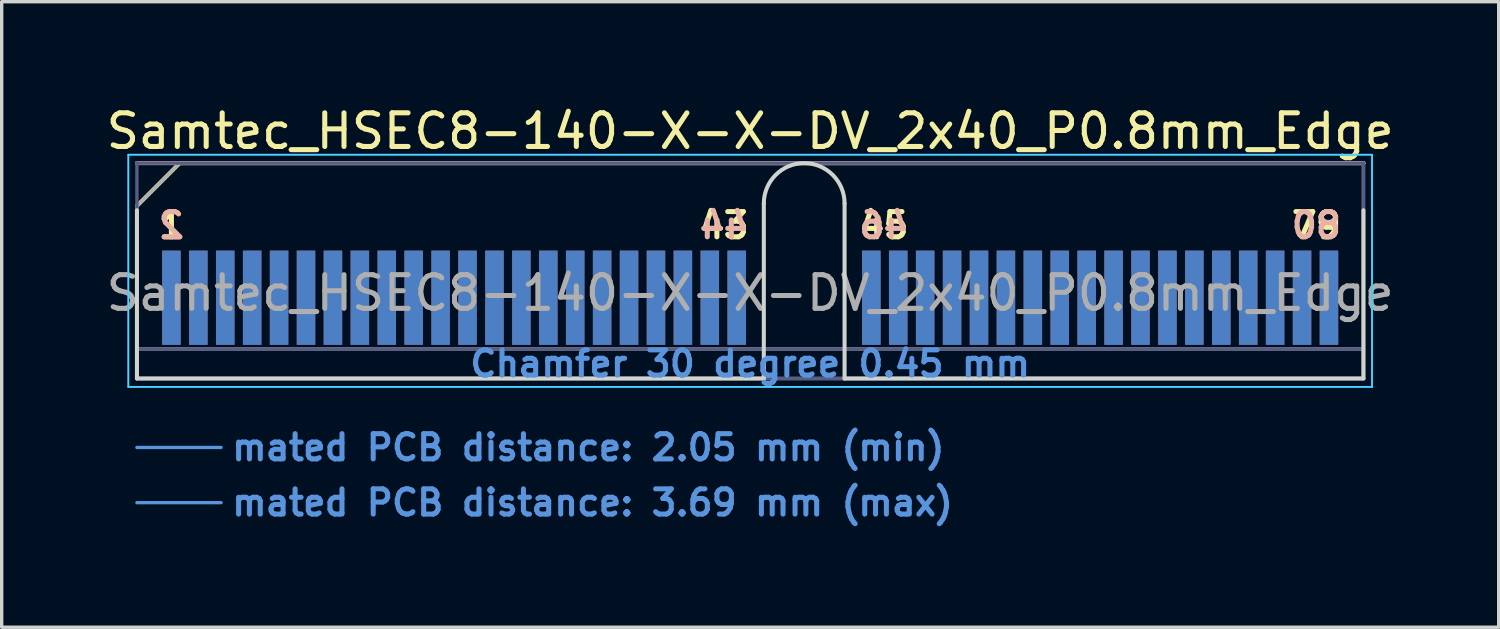
<source format=kicad_pcb>
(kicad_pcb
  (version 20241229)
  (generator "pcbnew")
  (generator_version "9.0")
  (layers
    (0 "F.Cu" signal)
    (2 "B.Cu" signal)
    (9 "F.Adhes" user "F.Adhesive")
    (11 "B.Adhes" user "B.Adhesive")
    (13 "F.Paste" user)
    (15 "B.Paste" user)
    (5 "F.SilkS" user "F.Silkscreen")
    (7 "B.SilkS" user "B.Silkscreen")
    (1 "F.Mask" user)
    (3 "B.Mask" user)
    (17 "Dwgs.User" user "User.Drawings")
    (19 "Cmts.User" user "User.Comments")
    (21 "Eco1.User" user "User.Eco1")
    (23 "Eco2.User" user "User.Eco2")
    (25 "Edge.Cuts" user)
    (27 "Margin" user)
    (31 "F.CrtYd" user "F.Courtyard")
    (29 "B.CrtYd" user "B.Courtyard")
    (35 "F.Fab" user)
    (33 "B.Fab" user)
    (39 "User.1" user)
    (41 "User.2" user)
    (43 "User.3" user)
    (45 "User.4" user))
  (footprint "Samtec_HSEC8-140-X-X-DV_2x40_P0.8mm_Edge"
    (layer "F.Cu")
    (at 19.244 8.198)
    (property "Reference" "Samtec_HSEC8-140-X-X-DV_2x40_P0.8mm_Edge" (at 0 -7.35 0) (layer "F.SilkS") (effects (font (size 1 1) (thickness 0.15))))
    (attr exclude_from_pos_files exclude_from_bom)
    (fp_line (start -18.225 -5.13) (end -16.955 -6.4) (stroke (width 0.12) (type solid)) (layer "F.SilkS"))
    (fp_line (start -16.955 -6.4) (end 18.225 -6.4) (stroke (width 0.12) (type solid)) (layer "F.SilkS"))
    (fp_line (start -18.225 -6.4) (end -18.225 -6.4) (stroke (width 0.12) (type solid)) (layer "B.SilkS"))
    (fp_line (start -18.225 -6.4) (end 18.225 -6.4) (stroke (width 0.12) (type solid)) (layer "B.SilkS"))
    (fp_line (start -18.225 2.05) (end -15.725 2.05) (stroke (width 0.1) (type solid)) (layer "Cmts.User"))
    (fp_line (start -18.225 3.69) (end -15.725 3.69) (stroke (width 0.1) (type solid)) (layer "Cmts.User"))
    (fp_line (start -18.225 -5) (end -18.225 0) (stroke (width 0.12) (type solid)) (layer "Edge.Cuts"))
    (fp_line (start -18.225 0) (end 0.405 0) (stroke (width 0.12) (type solid)) (layer "Edge.Cuts"))
    (fp_line (start 0.405 0) (end 0.405 -5.2) (stroke (width 0.12) (type solid)) (layer "Edge.Cuts"))
    (fp_line (start 2.805 -5.2) (end 2.805 0) (stroke (width 0.12) (type solid)) (layer "Edge.Cuts"))
    (fp_line (start 2.805 0) (end 18.225 0) (stroke (width 0.12) (type solid)) (layer "Edge.Cuts"))
    (fp_line (start 18.225 0) (end 18.225 -5) (stroke (width 0.12) (type solid)) (layer "Edge.Cuts"))
    (fp_arc (start 0.405 -5.2) (mid 1.605 -6.4) (end 2.805 -5.2) (stroke (width 0.12) (type solid)) (layer "Edge.Cuts"))
    (fp_line (start -18.48 -6.65) (end -18.48 0.25) (stroke (width 0.05) (type solid)) (layer "B.CrtYd"))
    (fp_line (start -18.48 0.25) (end 18.48 0.25) (stroke (width 0.05) (type solid)) (layer "B.CrtYd"))
    (fp_line (start 18.48 -6.65) (end -18.48 -6.65) (stroke (width 0.05) (type solid)) (layer "B.CrtYd"))
    (fp_line (start 18.48 0.25) (end 18.48 -6.65) (stroke (width 0.05) (type solid)) (layer "B.CrtYd"))
    (fp_line (start -18.48 -6.65) (end -18.48 0.25) (stroke (width 0.05) (type solid)) (layer "F.CrtYd"))
    (fp_line (start -18.48 0.25) (end 18.48 0.25) (stroke (width 0.05) (type solid)) (layer "F.CrtYd"))
    (fp_line (start 18.48 -6.65) (end -18.48 -6.65) (stroke (width 0.05) (type solid)) (layer "F.CrtYd"))
    (fp_line (start 18.48 0.25) (end 18.48 -6.65) (stroke (width 0.05) (type solid)) (layer "F.CrtYd"))
    (fp_line (start -18.225 -6.4) (end -18.225 -6.4) (stroke (width 0.1) (type solid)) (layer "B.Fab"))
    (fp_line (start -18.225 -6.4) (end -18.225 0) (stroke (width 0.1) (type solid)) (layer "B.Fab"))
    (fp_line (start -18.225 -6.4) (end 18.225 -6.4) (stroke (width 0.1) (type solid)) (layer "B.Fab"))
    (fp_line (start -18.225 -0.88) (end 18.225 -0.88) (stroke (width 0.1) (type solid)) (layer "B.Fab"))
    (fp_line (start -18.225 0) (end 18.225 0) (stroke (width 0.1) (type solid)) (layer "B.Fab"))
    (fp_line (start 18.225 -6.4) (end 18.225 0) (stroke (width 0.1) (type solid)) (layer "B.Fab"))
    (fp_line (start -18.225 -5.13) (end -18.225 0) (stroke (width 0.1) (type solid)) (layer "F.Fab"))
    (fp_line (start -18.225 -5.13) (end -16.955 -6.4) (stroke (width 0.1) (type solid)) (layer "F.Fab"))
    (fp_line (start -18.225 -0.88) (end 18.225 -0.88) (stroke (width 0.1) (type solid)) (layer "F.Fab"))
    (fp_line (start -18.225 0) (end 18.225 0) (stroke (width 0.1) (type solid)) (layer "F.Fab"))
    (fp_line (start -16.955 -6.4) (end 18.225 -6.4) (stroke (width 0.1) (type solid)) (layer "F.Fab"))
    (fp_line (start 18.225 -6.4) (end 18.225 0) (stroke (width 0.1) (type solid)) (layer "F.Fab"))
    (fp_text user "43" (at -0.775 -4.55 0) (layer "F.SilkS") (effects (font (size 0.75 0.75) (thickness 0.15))))
    (fp_text user "79" (at 16.825 -4.55 0) (layer "F.SilkS") (effects (font (size 0.75 0.75) (thickness 0.15))))
    (fp_text user "45" (at 3.975 -4.55 0) (layer "F.SilkS") (effects (font (size 0.75 0.75) (thickness 0.15))))
    (fp_text user "1" (at -17.2 -4.55 0) (layer "F.SilkS") (effects (font (size 0.75 0.75) (thickness 0.15))))
    (fp_text user "44" (at -0.775 -4.55 0) (layer "B.SilkS") (effects (font (size 0.75 0.75) (thickness 0.15)) (justify mirror)))
    (fp_text user "46" (at 3.975 -4.55 0) (layer "B.SilkS") (effects (font (size 0.75 0.75) (thickness 0.15)) (justify mirror)))
    (fp_text user "80" (at 16.825 -4.55 0) (layer "B.SilkS") (effects (font (size 0.75 0.75) (thickness 0.15)) (justify mirror)))
    (fp_text user "2" (at -17.2 -4.55 0) (layer "B.SilkS") (effects (font (size 0.75 0.75) (thickness 0.15)) (justify mirror)))
    (fp_text user "Chamfer 30 degree 0.45 mm" (at 0 -0.44 0) (layer "Cmts.User") (effects (font (size 0.75 0.75) (thickness 0.15))))
    (fp_text user "mated PCB distance: 3.69 mm (max)" (at -15.48 3.69 0) (layer "Cmts.User") (effects (font (size 0.75 0.75) (thickness 0.15)) (justify left)))
    (fp_text user "mated PCB distance: 2.05 mm (min)" (at -15.48 2.05 0) (layer "Cmts.User") (effects (font (size 0.75 0.75) (thickness 0.15)) (justify left)))
    (fp_text user "${REFERENCE}" (at 0 -2.54 0) (layer "F.Fab") (effects (font (size 1 1) (thickness 0.15))))
    (pad "1" connect rect (at -17.2 -2.4) (size 0.55 2.8) (layers "F.Cu" "F.Mask"))
    (pad "2" connect rect (at -17.2 -2.4) (size 0.55 2.8) (layers "B.Cu" "B.Mask"))
    (pad "3" connect rect (at -16.4 -2.4) (size 0.55 2.8) (layers "F.Cu" "F.Mask"))
    (pad "4" connect rect (at -16.4 -2.4) (size 0.55 2.8) (layers "B.Cu" "B.Mask"))
    (pad "5" connect rect (at -15.6 -2.4) (size 0.55 2.8) (layers "F.Cu" "F.Mask"))
    (pad "6" connect rect (at -15.6 -2.4) (size 0.55 2.8) (layers "B.Cu" "B.Mask"))
    (pad "7" connect rect (at -14.8 -2.4) (size 0.55 2.8) (layers "F.Cu" "F.Mask"))
    (pad "8" connect rect (at -14.8 -2.4) (size 0.55 2.8) (layers "B.Cu" "B.Mask"))
    (pad "9" connect rect (at -14 -2.4) (size 0.55 2.8) (layers "F.Cu" "F.Mask"))
    (pad "10" connect rect (at -14 -2.4) (size 0.55 2.8) (layers "B.Cu" "B.Mask"))
    (pad "11" connect rect (at -13.2 -2.4) (size 0.55 2.8) (layers "F.Cu" "F.Mask"))
    (pad "12" connect rect (at -13.2 -2.4) (size 0.55 2.8) (layers "B.Cu" "B.Mask"))
    (pad "13" connect rect (at -12.4 -2.4) (size 0.55 2.8) (layers "F.Cu" "F.Mask"))
    (pad "14" connect rect (at -12.4 -2.4) (size 0.55 2.8) (layers "B.Cu" "B.Mask"))
    (pad "15" connect rect (at -11.6 -2.4) (size 0.55 2.8) (layers "F.Cu" "F.Mask"))
    (pad "16" connect rect (at -11.6 -2.4) (size 0.55 2.8) (layers "B.Cu" "B.Mask"))
    (pad "17" connect rect (at -10.8 -2.4) (size 0.55 2.8) (layers "F.Cu" "F.Mask"))
    (pad "18" connect rect (at -10.8 -2.4) (size 0.55 2.8) (layers "B.Cu" "B.Mask"))
    (pad "19" connect rect (at -10 -2.4) (size 0.55 2.8) (layers "F.Cu" "F.Mask"))
    (pad "20" connect rect (at -10 -2.4) (size 0.55 2.8) (layers "B.Cu" "B.Mask"))
    (pad "21" connect rect (at -9.2 -2.4) (size 0.55 2.8) (layers "F.Cu" "F.Mask"))
    (pad "22" connect rect (at -9.2 -2.4) (size 0.55 2.8) (layers "B.Cu" "B.Mask"))
    (pad "23" connect rect (at -8.4 -2.4) (size 0.55 2.8) (layers "F.Cu" "F.Mask"))
    (pad "24" connect rect (at -8.4 -2.4) (size 0.55 2.8) (layers "B.Cu" "B.Mask"))
    (pad "25" connect rect (at -7.6 -2.4) (size 0.55 2.8) (layers "F.Cu" "F.Mask"))
    (pad "26" connect rect (at -7.6 -2.4) (size 0.55 2.8) (layers "B.Cu" "B.Mask"))
    (pad "27" connect rect (at -6.8 -2.4) (size 0.55 2.8) (layers "F.Cu" "F.Mask"))
    (pad "28" connect rect (at -6.8 -2.4) (size 0.55 2.8) (layers "B.Cu" "B.Mask"))
    (pad "29" connect rect (at -6 -2.4) (size 0.55 2.8) (layers "F.Cu" "F.Mask"))
    (pad "30" connect rect (at -6 -2.4) (size 0.55 2.8) (layers "B.Cu" "B.Mask"))
    (pad "31" connect rect (at -5.2 -2.4) (size 0.55 2.8) (layers "F.Cu" "F.Mask"))
    (pad "32" connect rect (at -5.2 -2.4) (size 0.55 2.8) (layers "B.Cu" "B.Mask"))
    (pad "33" connect rect (at -4.4 -2.4) (size 0.55 2.8) (layers "F.Cu" "F.Mask"))
    (pad "34" connect rect (at -4.4 -2.4) (size 0.55 2.8) (layers "B.Cu" "B.Mask"))
    (pad "35" connect rect (at -3.6 -2.4) (size 0.55 2.8) (layers "F.Cu" "F.Mask"))
    (pad "36" connect rect (at -3.6 -2.4) (size 0.55 2.8) (layers "B.Cu" "B.Mask"))
    (pad "37" connect rect (at -2.8 -2.4) (size 0.55 2.8) (layers "F.Cu" "F.Mask"))
    (pad "38" connect rect (at -2.8 -2.4) (size 0.55 2.8) (layers "B.Cu" "B.Mask"))
    (pad "39" connect rect (at -2 -2.4) (size 0.55 2.8) (layers "F.Cu" "F.Mask"))
    (pad "40" connect rect (at -2 -2.4) (size 0.55 2.8) (layers "B.Cu" "B.Mask"))
    (pad "41" connect rect (at -1.2 -2.4) (size 0.55 2.8) (layers "F.Cu" "F.Mask"))
    (pad "42" connect rect (at -1.2 -2.4) (size 0.55 2.8) (layers "B.Cu" "B.Mask"))
    (pad "43" connect rect (at -0.4 -2.4) (size 0.55 2.8) (layers "F.Cu" "F.Mask"))
    (pad "44" connect rect (at -0.4 -2.4) (size 0.55 2.8) (layers "B.Cu" "B.Mask"))
    (pad "45" connect rect (at 3.6 -2.4) (size 0.55 2.8) (layers "F.Cu" "F.Mask"))
    (pad "46" connect rect (at 3.6 -2.4) (size 0.55 2.8) (layers "B.Cu" "B.Mask"))
    (pad "47" connect rect (at 4.4 -2.4) (size 0.55 2.8) (layers "F.Cu" "F.Mask"))
    (pad "48" connect rect (at 4.4 -2.4) (size 0.55 2.8) (layers "B.Cu" "B.Mask"))
    (pad "49" connect rect (at 5.2 -2.4) (size 0.55 2.8) (layers "F.Cu" "F.Mask"))
    (pad "50" connect rect (at 5.2 -2.4) (size 0.55 2.8) (layers "B.Cu" "B.Mask"))
    (pad "51" connect rect (at 6 -2.4) (size 0.55 2.8) (layers "F.Cu" "F.Mask"))
    (pad "52" connect rect (at 6 -2.4) (size 0.55 2.8) (layers "B.Cu" "B.Mask"))
    (pad "53" connect rect (at 6.8 -2.4) (size 0.55 2.8) (layers "F.Cu" "F.Mask"))
    (pad "54" connect rect (at 6.8 -2.4) (size 0.55 2.8) (layers "B.Cu" "B.Mask"))
    (pad "55" connect rect (at 7.6 -2.4) (size 0.55 2.8) (layers "F.Cu" "F.Mask"))
    (pad "56" connect rect (at 7.6 -2.4) (size 0.55 2.8) (layers "B.Cu" "B.Mask"))
    (pad "57" connect rect (at 8.4 -2.4) (size 0.55 2.8) (layers "F.Cu" "F.Mask"))
    (pad "58" connect rect (at 8.4 -2.4) (size 0.55 2.8) (layers "B.Cu" "B.Mask"))
    (pad "59" connect rect (at 9.2 -2.4) (size 0.55 2.8) (layers "F.Cu" "F.Mask"))
    (pad "60" connect rect (at 9.2 -2.4) (size 0.55 2.8) (layers "B.Cu" "B.Mask"))
    (pad "61" connect rect (at 10 -2.4) (size 0.55 2.8) (layers "F.Cu" "F.Mask"))
    (pad "62" connect rect (at 10 -2.4) (size 0.55 2.8) (layers "B.Cu" "B.Mask"))
    (pad "63" connect rect (at 10.8 -2.4) (size 0.55 2.8) (layers "F.Cu" "F.Mask"))
    (pad "64" connect rect (at 10.8 -2.4) (size 0.55 2.8) (layers "B.Cu" "B.Mask"))
    (pad "65" connect rect (at 11.6 -2.4) (size 0.55 2.8) (layers "F.Cu" "F.Mask"))
    (pad "66" connect rect (at 11.6 -2.4) (size 0.55 2.8) (layers "B.Cu" "B.Mask"))
    (pad "67" connect rect (at 12.4 -2.4) (size 0.55 2.8) (layers "F.Cu" "F.Mask"))
    (pad "68" connect rect (at 12.4 -2.4) (size 0.55 2.8) (layers "B.Cu" "B.Mask"))
    (pad "69" connect rect (at 13.2 -2.4) (size 0.55 2.8) (layers "F.Cu" "F.Mask"))
    (pad "70" connect rect (at 13.2 -2.4) (size 0.55 2.8) (layers "B.Cu" "B.Mask"))
    (pad "71" connect rect (at 14 -2.4) (size 0.55 2.8) (layers "F.Cu" "F.Mask"))
    (pad "72" connect rect (at 14 -2.4) (size 0.55 2.8) (layers "B.Cu" "B.Mask"))
    (pad "73" connect rect (at 14.8 -2.4) (size 0.55 2.8) (layers "F.Cu" "F.Mask"))
    (pad "74" connect rect (at 14.8 -2.4) (size 0.55 2.8) (layers "B.Cu" "B.Mask"))
    (pad "75" connect rect (at 15.6 -2.4) (size 0.55 2.8) (layers "F.Cu" "F.Mask"))
    (pad "76" connect rect (at 15.6 -2.4) (size 0.55 2.8) (layers "B.Cu" "B.Mask"))
    (pad "77" connect rect (at 16.4 -2.4) (size 0.55 2.8) (layers "F.Cu" "F.Mask"))
    (pad "78" connect rect (at 16.4 -2.4) (size 0.55 2.8) (layers "B.Cu" "B.Mask"))
    (pad "79" connect rect (at 17.2 -2.4) (size 0.55 2.8) (layers "F.Cu" "F.Mask"))
    (pad "80" connect rect (at 17.2 -2.4) (size 0.55 2.8) (layers "B.Cu" "B.Mask")))
  (gr_rect
    (start -3 -3)
    (end 41.488 15.59)
    (stroke (width 0.1) (type default))
    (fill no)
    (layer "Edge.Cuts")))
</source>
